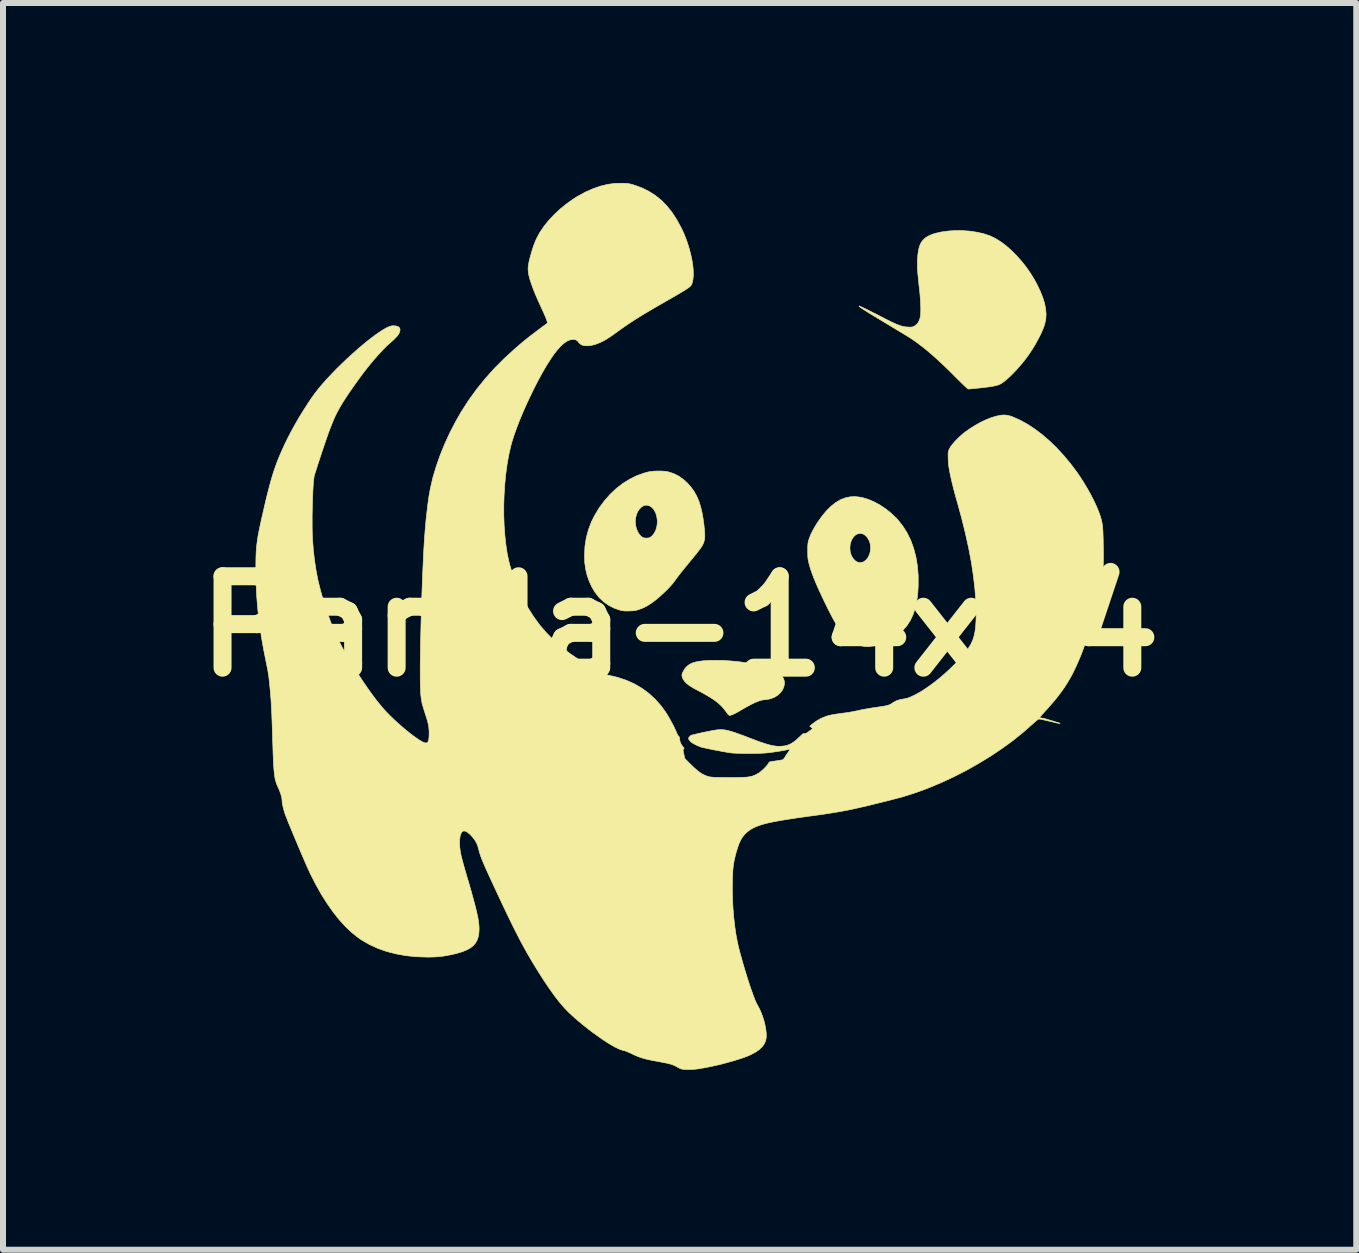
<source format=kicad_pcb>
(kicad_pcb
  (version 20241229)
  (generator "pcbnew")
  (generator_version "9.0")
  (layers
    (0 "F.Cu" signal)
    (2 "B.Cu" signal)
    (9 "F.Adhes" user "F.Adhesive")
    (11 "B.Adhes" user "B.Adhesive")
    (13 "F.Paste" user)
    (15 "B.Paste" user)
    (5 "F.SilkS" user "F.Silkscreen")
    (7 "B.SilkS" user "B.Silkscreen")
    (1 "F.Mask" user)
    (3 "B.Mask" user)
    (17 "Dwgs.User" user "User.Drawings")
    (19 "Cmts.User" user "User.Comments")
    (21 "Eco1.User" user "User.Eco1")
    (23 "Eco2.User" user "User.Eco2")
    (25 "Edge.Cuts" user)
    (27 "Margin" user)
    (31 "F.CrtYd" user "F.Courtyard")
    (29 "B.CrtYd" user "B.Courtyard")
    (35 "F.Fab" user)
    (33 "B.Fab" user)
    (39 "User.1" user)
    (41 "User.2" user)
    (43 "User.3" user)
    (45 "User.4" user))
  (footprint "Panda-14x14"
    (layer "F.Cu")
    (at 8.28 7.392)
    (property "Reference" "Panda-14x14" (at 0 0 0) (layer "F.SilkS") (effects (font (size 1.524 1.524) (thickness 0.3))))
    (attr through_hole)
    (fp_poly (pts (xy 0.717 0.569) (xy 0.836 0.576) (xy 0.954 0.586) (xy 1.068 0.601) (xy 1.177 0.619) (xy 1.28 0.64) (xy 1.376 0.664) (xy 1.463 0.691) (xy 1.54 0.72) (xy 1.606 0.752) (xy 1.66 0.785) (xy 1.699 0.819) (xy 1.706 0.827) (xy 1.733 0.871) (xy 1.747 0.918) (xy 1.747 0.966) (xy 1.736 1.015) (xy 1.714 1.062) (xy 1.681 1.106) (xy 1.64 1.145) (xy 1.59 1.178) (xy 1.532 1.202) (xy 1.494 1.213) (xy 1.463 1.218) (xy 1.433 1.222) (xy 1.414 1.224) (xy 1.373 1.229) (xy 1.321 1.245) (xy 1.258 1.27) (xy 1.184 1.306) (xy 1.1 1.352) (xy 1.017 1.4) (xy 0.959 1.434) (xy 0.911 1.459) (xy 0.873 1.475) (xy 0.843 1.484) (xy 0.83 1.485) (xy 0.822 1.48) (xy 0.809 1.466) (xy 0.801 1.457) (xy 0.785 1.437) (xy 0.764 1.409) (xy 0.742 1.38) (xy 0.737 1.374) (xy 0.697 1.328) (xy 0.647 1.282) (xy 0.587 1.235) (xy 0.514 1.187) (xy 0.429 1.136) (xy 0.343 1.089) (xy 0.281 1.057) (xy 0.231 1.029) (xy 0.191 1.005) (xy 0.158 0.984) (xy 0.132 0.964) (xy 0.109 0.944) (xy 0.094 0.929) (xy 0.061 0.886) (xy 0.043 0.843) (xy 0.039 0.812) (xy 0.043 0.79) (xy 0.056 0.76) (xy 0.074 0.728) (xy 0.096 0.697) (xy 0.107 0.683) (xy 0.138 0.654) (xy 0.175 0.629) (xy 0.218 0.609) (xy 0.271 0.594) (xy 0.332 0.582) (xy 0.405 0.574) (xy 0.491 0.569) (xy 0.59 0.567) (xy 0.597 0.567) (xy 0.717 0.569)) (stroke (width 0.01) (type solid)) (fill yes) (layer "F.SilkS"))
    (fp_poly (pts (xy 3.019 -2.152) (xy 3.04 -2.148) (xy 3.139 -2.119) (xy 3.24 -2.077) (xy 3.341 -2.022) (xy 3.438 -1.957) (xy 3.531 -1.883) (xy 3.616 -1.801) (xy 3.639 -1.776) (xy 3.722 -1.671) (xy 3.794 -1.556) (xy 3.855 -1.431) (xy 3.903 -1.297) (xy 3.94 -1.155) (xy 3.965 -1.004) (xy 3.978 -0.845) (xy 3.978 -0.679) (xy 3.971 -0.557) (xy 3.955 -0.426) (xy 3.929 -0.306) (xy 3.893 -0.198) (xy 3.847 -0.099) (xy 3.79 -0.011) (xy 3.722 0.067) (xy 3.643 0.136) (xy 3.594 0.171) (xy 3.503 0.226) (xy 3.413 0.27) (xy 3.324 0.304) (xy 3.239 0.326) (xy 3.158 0.336) (xy 3.084 0.334) (xy 3.046 0.328) (xy 2.996 0.312) (xy 2.939 0.285) (xy 2.881 0.251) (xy 2.823 0.212) (xy 2.77 0.169) (xy 2.724 0.126) (xy 2.718 0.118) (xy 2.683 0.075) (xy 2.646 0.022) (xy 2.606 -0.043) (xy 2.562 -0.12) (xy 2.515 -0.21) (xy 2.471 -0.296) (xy 2.41 -0.421) (xy 2.357 -0.534) (xy 2.31 -0.635) (xy 2.27 -0.727) (xy 2.236 -0.81) (xy 2.208 -0.885) (xy 2.184 -0.954) (xy 2.165 -1.017) (xy 2.161 -1.033) (xy 2.152 -1.069) (xy 2.145 -1.099) (xy 2.141 -1.126) (xy 2.138 -1.155) (xy 2.137 -1.189) (xy 2.136 -1.233) (xy 2.136 -1.258) (xy 2.136 -1.303) (xy 2.839 -1.303) (xy 2.844 -1.247) (xy 2.858 -1.193) (xy 2.867 -1.174) (xy 2.895 -1.127) (xy 2.929 -1.092) (xy 2.967 -1.07) (xy 3.007 -1.062) (xy 3.048 -1.068) (xy 3.075 -1.08) (xy 3.113 -1.11) (xy 3.144 -1.151) (xy 3.167 -1.201) (xy 3.181 -1.256) (xy 3.185 -1.313) (xy 3.179 -1.371) (xy 3.162 -1.426) (xy 3.16 -1.43) (xy 3.131 -1.479) (xy 3.097 -1.516) (xy 3.059 -1.54) (xy 3.018 -1.549) (xy 2.979 -1.545) (xy 2.939 -1.528) (xy 2.905 -1.498) (xy 2.877 -1.458) (xy 2.856 -1.411) (xy 2.843 -1.358) (xy 2.839 -1.303) (xy 2.136 -1.303) (xy 2.136 -1.307) (xy 2.137 -1.344) (xy 2.139 -1.372) (xy 2.142 -1.395) (xy 2.146 -1.416) (xy 2.153 -1.439) (xy 2.158 -1.455) (xy 2.183 -1.521) (xy 2.215 -1.588) (xy 2.255 -1.659) (xy 2.296 -1.726) (xy 2.371 -1.833) (xy 2.446 -1.924) (xy 2.522 -2) (xy 2.6 -2.062) (xy 2.679 -2.109) (xy 2.76 -2.141) (xy 2.844 -2.159) (xy 2.93 -2.163) (xy 3.019 -2.152)) (stroke (width 0.01) (type solid)) (fill yes) (layer "F.SilkS"))
    (fp_poly (pts (xy -0.306 -2.589) (xy -0.25 -2.585) (xy -0.203 -2.579) (xy -0.191 -2.576) (xy -0.1 -2.547) (xy -0.016 -2.505) (xy 0.063 -2.449) (xy 0.129 -2.39) (xy 0.189 -2.322) (xy 0.241 -2.25) (xy 0.285 -2.171) (xy 0.322 -2.085) (xy 0.352 -1.988) (xy 0.377 -1.88) (xy 0.392 -1.793) (xy 0.405 -1.698) (xy 0.414 -1.618) (xy 0.419 -1.551) (xy 0.42 -1.499) (xy 0.417 -1.46) (xy 0.416 -1.454) (xy 0.411 -1.429) (xy 0.404 -1.405) (xy 0.396 -1.383) (xy 0.385 -1.359) (xy 0.37 -1.334) (xy 0.35 -1.304) (xy 0.325 -1.269) (xy 0.293 -1.228) (xy 0.253 -1.179) (xy 0.205 -1.12) (xy 0.174 -1.082) (xy 0.118 -1.014) (xy 0.071 -0.956) (xy 0.03 -0.906) (xy -0.004 -0.862) (xy -0.035 -0.822) (xy -0.063 -0.784) (xy -0.09 -0.747) (xy -0.102 -0.731) (xy -0.124 -0.703) (xy -0.156 -0.667) (xy -0.195 -0.626) (xy -0.239 -0.582) (xy -0.286 -0.538) (xy -0.332 -0.496) (xy -0.377 -0.458) (xy -0.416 -0.426) (xy -0.422 -0.422) (xy -0.483 -0.378) (xy -0.538 -0.343) (xy -0.591 -0.315) (xy -0.646 -0.292) (xy -0.671 -0.284) (xy -0.705 -0.273) (xy -0.733 -0.265) (xy -0.762 -0.261) (xy -0.797 -0.258) (xy -0.839 -0.257) (xy -0.886 -0.256) (xy -0.922 -0.257) (xy -0.953 -0.261) (xy -0.982 -0.267) (xy -0.991 -0.269) (xy -1.093 -0.304) (xy -1.186 -0.352) (xy -1.27 -0.412) (xy -1.346 -0.485) (xy -1.411 -0.57) (xy -1.461 -0.652) (xy -1.507 -0.752) (xy -1.542 -0.851) (xy -1.566 -0.952) (xy -1.581 -1.06) (xy -1.585 -1.176) (xy -1.585 -1.185) (xy -1.578 -1.332) (xy -1.556 -1.475) (xy -1.519 -1.612) (xy -1.468 -1.746) (xy -1.467 -1.748) (xy -0.739 -1.748) (xy -0.734 -1.69) (xy -0.721 -1.634) (xy -0.701 -1.582) (xy -0.675 -1.538) (xy -0.645 -1.503) (xy -0.612 -1.48) (xy -0.608 -1.479) (xy -0.581 -1.472) (xy -0.548 -1.471) (xy -0.516 -1.474) (xy -0.494 -1.481) (xy -0.457 -1.509) (xy -0.425 -1.549) (xy -0.399 -1.598) (xy -0.381 -1.655) (xy -0.372 -1.716) (xy -0.372 -1.77) (xy -0.382 -1.838) (xy -0.401 -1.897) (xy -0.429 -1.946) (xy -0.464 -1.985) (xy -0.506 -2.01) (xy -0.526 -2.017) (xy -0.565 -2.021) (xy -0.603 -2.01) (xy -0.638 -1.987) (xy -0.67 -1.955) (xy -0.698 -1.913) (xy -0.719 -1.864) (xy -0.733 -1.81) (xy -0.739 -1.752) (xy -0.739 -1.748) (xy -1.467 -1.748) (xy -1.418 -1.846) (xy -1.341 -1.974) (xy -1.254 -2.092) (xy -1.159 -2.2) (xy -1.056 -2.297) (xy -0.947 -2.382) (xy -0.831 -2.454) (xy -0.711 -2.513) (xy -0.586 -2.557) (xy -0.531 -2.572) (xy -0.484 -2.581) (xy -0.428 -2.587) (xy -0.367 -2.589) (xy -0.306 -2.589)) (stroke (width 0.01) (type solid)) (fill yes) (layer "F.SilkS"))
    (fp_poly (pts (xy 4.724 -6.597) (xy 4.843 -6.588) (xy 4.959 -6.57) (xy 5.068 -6.546) (xy 5.167 -6.513) (xy 5.18 -6.508) (xy 5.265 -6.467) (xy 5.353 -6.412) (xy 5.442 -6.346) (xy 5.53 -6.268) (xy 5.617 -6.181) (xy 5.701 -6.087) (xy 5.781 -5.986) (xy 5.854 -5.88) (xy 5.921 -5.77) (xy 5.96 -5.697) (xy 6.014 -5.584) (xy 6.056 -5.478) (xy 6.086 -5.38) (xy 6.103 -5.289) (xy 6.11 -5.203) (xy 6.105 -5.12) (xy 6.088 -5.042) (xy 6.081 -5.018) (xy 6.055 -4.949) (xy 6.02 -4.87) (xy 5.977 -4.787) (xy 5.93 -4.701) (xy 5.878 -4.615) (xy 5.823 -4.534) (xy 5.805 -4.507) (xy 5.752 -4.437) (xy 5.695 -4.367) (xy 5.636 -4.299) (xy 5.577 -4.235) (xy 5.519 -4.177) (xy 5.464 -4.126) (xy 5.412 -4.083) (xy 5.367 -4.051) (xy 5.343 -4.038) (xy 5.313 -4.025) (xy 5.274 -4.014) (xy 5.224 -4.003) (xy 5.162 -3.993) (xy 5.086 -3.983) (xy 5.013 -3.975) (xy 4.96 -3.97) (xy 4.912 -3.965) (xy 4.871 -3.961) (xy 4.839 -3.958) (xy 4.819 -3.957) (xy 4.812 -3.956) (xy 4.804 -3.962) (xy 4.786 -3.977) (xy 4.759 -4.001) (xy 4.725 -4.033) (xy 4.685 -4.072) (xy 4.639 -4.117) (xy 4.59 -4.166) (xy 4.58 -4.177) (xy 4.47 -4.286) (xy 4.368 -4.384) (xy 4.272 -4.472) (xy 4.181 -4.552) (xy 4.094 -4.625) (xy 4.009 -4.691) (xy 3.925 -4.754) (xy 3.899 -4.772) (xy 3.878 -4.786) (xy 3.846 -4.807) (xy 3.804 -4.833) (xy 3.753 -4.864) (xy 3.696 -4.899) (xy 3.633 -4.937) (xy 3.567 -4.977) (xy 3.499 -5.018) (xy 3.494 -5.021) (xy 3.39 -5.084) (xy 3.298 -5.139) (xy 3.219 -5.187) (xy 3.152 -5.228) (xy 3.097 -5.263) (xy 3.054 -5.29) (xy 3.022 -5.312) (xy 3.001 -5.327) (xy 2.991 -5.336) (xy 2.991 -5.339) (xy 2.998 -5.339) (xy 3.011 -5.334) (xy 3.032 -5.325) (xy 3.062 -5.311) (xy 3.101 -5.292) (xy 3.151 -5.268) (xy 3.211 -5.237) (xy 3.284 -5.201) (xy 3.369 -5.157) (xy 3.379 -5.152) (xy 3.456 -5.112) (xy 3.521 -5.08) (xy 3.576 -5.054) (xy 3.623 -5.033) (xy 3.664 -5.018) (xy 3.7 -5.006) (xy 3.733 -4.998) (xy 3.764 -4.993) (xy 3.797 -4.99) (xy 3.803 -4.99) (xy 3.839 -4.988) (xy 3.864 -4.989) (xy 3.883 -4.992) (xy 3.9 -4.998) (xy 3.907 -5.001) (xy 3.945 -5.027) (xy 3.975 -5.061) (xy 3.998 -5.106) (xy 4.011 -5.149) (xy 4.017 -5.184) (xy 4.02 -5.233) (xy 4.021 -5.292) (xy 4.019 -5.361) (xy 4.015 -5.438) (xy 4.009 -5.52) (xy 4.001 -5.605) (xy 4 -5.615) (xy 3.99 -5.699) (xy 3.983 -5.77) (xy 3.977 -5.829) (xy 3.972 -5.879) (xy 3.969 -5.922) (xy 3.966 -5.96) (xy 3.965 -5.994) (xy 3.965 -6.027) (xy 3.965 -6.061) (xy 3.966 -6.097) (xy 3.966 -6.103) (xy 3.972 -6.194) (xy 3.983 -6.272) (xy 4 -6.339) (xy 4.025 -6.394) (xy 4.058 -6.44) (xy 4.101 -6.479) (xy 4.153 -6.51) (xy 4.216 -6.537) (xy 4.268 -6.553) (xy 4.372 -6.576) (xy 4.485 -6.591) (xy 4.603 -6.598) (xy 4.724 -6.597)) (stroke (width 0.01) (type solid)) (fill yes) (layer "F.SilkS"))
    (fp_poly (pts (xy -0.908 -7.385) (xy -0.872 -7.383) (xy -0.842 -7.379) (xy -0.813 -7.372) (xy -0.779 -7.363) (xy -0.75 -7.354) (xy -0.626 -7.309) (xy -0.51 -7.251) (xy -0.403 -7.183) (xy -0.303 -7.102) (xy -0.211 -7.008) (xy -0.126 -6.901) (xy -0.048 -6.781) (xy 0.018 -6.661) (xy 0.048 -6.6) (xy 0.073 -6.546) (xy 0.094 -6.493) (xy 0.116 -6.436) (xy 0.131 -6.392) (xy 0.162 -6.293) (xy 0.187 -6.196) (xy 0.207 -6.101) (xy 0.221 -6.011) (xy 0.228 -5.927) (xy 0.229 -5.851) (xy 0.223 -5.784) (xy 0.211 -5.728) (xy 0.2 -5.699) (xy 0.194 -5.689) (xy 0.187 -5.679) (xy 0.176 -5.668) (xy 0.162 -5.655) (xy 0.142 -5.641) (xy 0.117 -5.623) (xy 0.084 -5.602) (xy 0.043 -5.578) (xy -0.006 -5.548) (xy -0.066 -5.513) (xy -0.137 -5.472) (xy -0.22 -5.425) (xy -0.246 -5.409) (xy -0.354 -5.348) (xy -0.449 -5.292) (xy -0.534 -5.242) (xy -0.611 -5.196) (xy -0.681 -5.153) (xy -0.745 -5.113) (xy -0.806 -5.073) (xy -0.865 -5.034) (xy -0.924 -4.993) (xy -0.985 -4.95) (xy -1.048 -4.905) (xy -1.051 -4.903) (xy -1.108 -4.862) (xy -1.156 -4.828) (xy -1.196 -4.802) (xy -1.232 -4.78) (xy -1.265 -4.761) (xy -1.298 -4.745) (xy -1.329 -4.73) (xy -1.398 -4.703) (xy -1.461 -4.686) (xy -1.52 -4.678) (xy -1.547 -4.677) (xy -1.6 -4.681) (xy -1.642 -4.696) (xy -1.673 -4.722) (xy -1.681 -4.732) (xy -1.706 -4.762) (xy -1.736 -4.778) (xy -1.773 -4.783) (xy -1.778 -4.783) (xy -1.824 -4.777) (xy -1.872 -4.757) (xy -1.923 -4.723) (xy -1.976 -4.677) (xy -2.032 -4.616) (xy -2.091 -4.542) (xy -2.152 -4.453) (xy -2.217 -4.351) (xy -2.285 -4.234) (xy -2.357 -4.102) (xy -2.432 -3.956) (xy -2.47 -3.878) (xy -2.543 -3.724) (xy -2.609 -3.576) (xy -2.669 -3.432) (xy -2.721 -3.296) (xy -2.766 -3.169) (xy -2.802 -3.052) (xy -2.817 -2.994) (xy -2.85 -2.848) (xy -2.877 -2.693) (xy -2.899 -2.53) (xy -2.915 -2.362) (xy -2.926 -2.191) (xy -2.931 -2.019) (xy -2.931 -1.848) (xy -2.925 -1.679) (xy -2.913 -1.516) (xy -2.896 -1.36) (xy -2.874 -1.213) (xy -2.845 -1.077) (xy -2.829 -1.016) (xy -2.799 -0.917) (xy -2.761 -0.811) (xy -2.717 -0.699) (xy -2.669 -0.587) (xy -2.617 -0.477) (xy -2.564 -0.374) (xy -2.524 -0.303) (xy -2.432 -0.159) (xy -2.333 -0.023) (xy -2.223 0.105) (xy -2.104 0.226) (xy -1.973 0.342) (xy -1.829 0.453) (xy -1.672 0.56) (xy -1.539 0.643) (xy -1.48 0.677) (xy -1.42 0.71) (xy -1.361 0.74) (xy -1.306 0.767) (xy -1.257 0.789) (xy -1.217 0.805) (xy -1.186 0.815) (xy -1.181 0.816) (xy -1.029 0.852) (xy -0.886 0.9) (xy -0.752 0.96) (xy -0.628 1.033) (xy -0.513 1.118) (xy -0.407 1.215) (xy -0.309 1.325) (xy -0.232 1.432) (xy -0.202 1.479) (xy -0.169 1.535) (xy -0.136 1.596) (xy -0.103 1.657) (xy -0.075 1.715) (xy -0.052 1.766) (xy -0.046 1.781) (xy -0.035 1.806) (xy -0.022 1.826) (xy -0.014 1.834) (xy -0.004 1.846) (xy -0.000128 1.868) (xy 0.000169 1.878) (xy 0.007 1.921) (xy 0.025 1.964) (xy 0.051 2.002) (xy 0.056 2.007) (xy 0.07 2.023) (xy 0.075 2.032) (xy 0.071 2.041) (xy 0.067 2.046) (xy 0.061 2.054) (xy 0.058 2.063) (xy 0.059 2.076) (xy 0.063 2.098) (xy 0.07 2.131) (xy 0.071 2.133) (xy 0.088 2.205) (xy 0.181 2.298) (xy 0.242 2.357) (xy 0.297 2.405) (xy 0.347 2.442) (xy 0.393 2.47) (xy 0.417 2.481) (xy 0.44 2.491) (xy 0.462 2.499) (xy 0.484 2.506) (xy 0.509 2.511) (xy 0.539 2.514) (xy 0.574 2.517) (xy 0.618 2.519) (xy 0.671 2.52) (xy 0.735 2.52) (xy 0.813 2.521) (xy 0.831 2.521) (xy 0.915 2.52) (xy 0.984 2.52) (xy 1.042 2.518) (xy 1.09 2.516) (xy 1.13 2.513) (xy 1.163 2.508) (xy 1.192 2.502) (xy 1.219 2.495) (xy 1.244 2.485) (xy 1.271 2.473) (xy 1.284 2.466) (xy 1.319 2.447) (xy 1.351 2.423) (xy 1.387 2.392) (xy 1.408 2.372) (xy 1.435 2.344) (xy 1.459 2.317) (xy 1.476 2.295) (xy 1.484 2.281) (xy 1.49 2.27) (xy 1.497 2.263) (xy 1.509 2.258) (xy 1.529 2.254) (xy 1.561 2.249) (xy 1.565 2.249) (xy 1.603 2.244) (xy 1.643 2.238) (xy 1.676 2.233) (xy 1.683 2.231) (xy 1.708 2.227) (xy 1.724 2.221) (xy 1.736 2.21) (xy 1.749 2.192) (xy 1.759 2.176) (xy 1.779 2.144) (xy 1.802 2.11) (xy 1.818 2.088) (xy 1.834 2.065) (xy 1.839 2.052) (xy 1.832 2.048) (xy 1.813 2.052) (xy 1.801 2.055) (xy 1.777 2.061) (xy 1.741 2.068) (xy 1.696 2.076) (xy 1.645 2.084) (xy 1.592 2.092) (xy 1.539 2.1) (xy 1.49 2.106) (xy 1.455 2.11) (xy 1.413 2.113) (xy 1.359 2.116) (xy 1.297 2.118) (xy 1.229 2.119) (xy 1.159 2.119) (xy 1.088 2.119) (xy 1.021 2.118) (xy 0.96 2.116) (xy 0.907 2.114) (xy 0.866 2.111) (xy 0.858 2.11) (xy 0.827 2.105) (xy 0.785 2.099) (xy 0.736 2.09) (xy 0.681 2.08) (xy 0.623 2.069) (xy 0.564 2.058) (xy 0.508 2.046) (xy 0.457 2.036) (xy 0.412 2.026) (xy 0.378 2.018) (xy 0.356 2.012) (xy 0.355 2.012) (xy 0.322 1.999) (xy 0.285 1.983) (xy 0.249 1.965) (xy 0.217 1.947) (xy 0.195 1.932) (xy 0.191 1.929) (xy 0.173 1.91) (xy 0.158 1.891) (xy 0.15 1.876) (xy 0.15 1.865) (xy 0.158 1.848) (xy 0.159 1.848) (xy 0.174 1.83) (xy 0.192 1.817) (xy 0.192 1.817) (xy 0.212 1.811) (xy 0.244 1.803) (xy 0.286 1.793) (xy 0.334 1.782) (xy 0.387 1.77) (xy 0.441 1.759) (xy 0.494 1.749) (xy 0.542 1.739) (xy 0.584 1.732) (xy 0.616 1.727) (xy 0.631 1.725) (xy 0.668 1.723) (xy 0.702 1.723) (xy 0.737 1.725) (xy 0.773 1.73) (xy 0.812 1.739) (xy 0.857 1.751) (xy 0.908 1.767) (xy 0.968 1.788) (xy 1.038 1.813) (xy 1.12 1.844) (xy 1.144 1.854) (xy 1.238 1.889) (xy 1.319 1.92) (xy 1.39 1.944) (xy 1.452 1.964) (xy 1.506 1.979) (xy 1.553 1.989) (xy 1.596 1.996) (xy 1.636 2) (xy 1.675 2) (xy 1.696 1.999) (xy 1.753 1.993) (xy 1.805 1.98) (xy 1.854 1.958) (xy 1.904 1.927) (xy 1.956 1.885) (xy 2.006 1.838) (xy 2.034 1.811) (xy 2.056 1.793) (xy 2.07 1.785) (xy 2.074 1.785) (xy 2.08 1.791) (xy 2.09 1.792) (xy 2.106 1.785) (xy 2.129 1.771) (xy 2.159 1.75) (xy 2.219 1.706) (xy 2.194 1.685) (xy 2.17 1.665) (xy 2.203 1.636) (xy 2.277 1.581) (xy 2.36 1.534) (xy 2.446 1.499) (xy 2.49 1.486) (xy 2.518 1.48) (xy 2.557 1.472) (xy 2.604 1.464) (xy 2.655 1.457) (xy 2.698 1.451) (xy 2.753 1.444) (xy 2.796 1.438) (xy 2.832 1.432) (xy 2.864 1.427) (xy 2.897 1.421) (xy 2.934 1.413) (xy 2.979 1.404) (xy 3.021 1.394) (xy 3.063 1.386) (xy 3.117 1.376) (xy 3.176 1.366) (xy 3.237 1.356) (xy 3.294 1.348) (xy 3.294 1.348) (xy 3.357 1.339) (xy 3.406 1.331) (xy 3.446 1.323) (xy 3.477 1.315) (xy 3.502 1.306) (xy 3.524 1.295) (xy 3.545 1.281) (xy 3.557 1.273) (xy 3.612 1.242) (xy 3.676 1.221) (xy 3.723 1.213) (xy 3.765 1.206) (xy 3.807 1.195) (xy 3.853 1.177) (xy 3.906 1.152) (xy 3.931 1.14) (xy 4.022 1.089) (xy 4.119 1.026) (xy 4.219 0.954) (xy 4.32 0.875) (xy 4.42 0.79) (xy 4.517 0.701) (xy 4.609 0.61) (xy 4.692 0.52) (xy 4.766 0.432) (xy 4.789 0.402) (xy 4.828 0.345) (xy 4.861 0.288) (xy 4.888 0.228) (xy 4.909 0.163) (xy 4.924 0.092) (xy 4.935 0.013) (xy 4.941 -0.076) (xy 4.944 -0.178) (xy 4.944 -0.223) (xy 4.939 -0.42) (xy 4.923 -0.626) (xy 4.898 -0.842) (xy 4.864 -1.069) (xy 4.819 -1.306) (xy 4.764 -1.554) (xy 4.7 -1.813) (xy 4.635 -2.051) (xy 4.599 -2.177) (xy 4.569 -2.29) (xy 4.544 -2.391) (xy 4.523 -2.481) (xy 4.506 -2.562) (xy 4.493 -2.634) (xy 4.484 -2.699) (xy 4.479 -2.758) (xy 4.477 -2.813) (xy 4.477 -2.813) (xy 4.477 -2.855) (xy 4.477 -2.884) (xy 4.479 -2.906) (xy 4.483 -2.924) (xy 4.49 -2.941) (xy 4.5 -2.962) (xy 4.501 -2.965) (xy 4.522 -3) (xy 4.554 -3.041) (xy 4.593 -3.086) (xy 4.639 -3.133) (xy 4.688 -3.179) (xy 4.738 -3.222) (xy 4.755 -3.235) (xy 4.841 -3.296) (xy 4.93 -3.352) (xy 5.02 -3.402) (xy 5.11 -3.445) (xy 5.197 -3.479) (xy 5.279 -3.504) (xy 5.354 -3.519) (xy 5.384 -3.522) (xy 5.423 -3.523) (xy 5.463 -3.518) (xy 5.507 -3.508) (xy 5.556 -3.491) (xy 5.613 -3.466) (xy 5.677 -3.437) (xy 5.798 -3.371) (xy 5.921 -3.29) (xy 6.044 -3.197) (xy 6.166 -3.092) (xy 6.286 -2.976) (xy 6.402 -2.85) (xy 6.514 -2.716) (xy 6.621 -2.574) (xy 6.679 -2.49) (xy 6.74 -2.394) (xy 6.799 -2.295) (xy 6.855 -2.195) (xy 6.905 -2.097) (xy 6.949 -2.004) (xy 6.985 -1.917) (xy 7.011 -1.845) (xy 7.023 -1.808) (xy 7.032 -1.773) (xy 7.04 -1.74) (xy 7.046 -1.705) (xy 7.051 -1.667) (xy 7.055 -1.624) (xy 7.058 -1.574) (xy 7.06 -1.516) (xy 7.062 -1.446) (xy 7.063 -1.364) (xy 7.064 -1.328) (xy 7.065 -1.217) (xy 7.065 -1.119) (xy 7.063 -1.032) (xy 7.061 -0.951) (xy 7.057 -0.876) (xy 7.051 -0.802) (xy 7.044 -0.728) (xy 7.035 -0.651) (xy 7.034 -0.643) (xy 7.029 -0.598) (xy 7.023 -0.56) (xy 7.018 -0.526) (xy 7.012 -0.494) (xy 7.004 -0.46) (xy 6.995 -0.424) (xy 6.982 -0.382) (xy 6.967 -0.332) (xy 6.948 -0.272) (xy 6.932 -0.219) (xy 6.88 -0.057) (xy 6.831 0.092) (xy 6.784 0.228) (xy 6.739 0.353) (xy 6.696 0.468) (xy 6.652 0.573) (xy 6.609 0.671) (xy 6.565 0.762) (xy 6.52 0.847) (xy 6.473 0.928) (xy 6.424 1.006) (xy 6.371 1.082) (xy 6.315 1.157) (xy 6.255 1.232) (xy 6.189 1.309) (xy 6.118 1.389) (xy 6.098 1.411) (xy 6.062 1.451) (xy 6.035 1.48) (xy 6.017 1.501) (xy 6.007 1.515) (xy 6.003 1.523) (xy 6.004 1.527) (xy 6.01 1.527) (xy 6.014 1.527) (xy 6.031 1.527) (xy 6.059 1.532) (xy 6.099 1.542) (xy 6.153 1.558) (xy 6.181 1.566) (xy 6.234 1.582) (xy 6.274 1.595) (xy 6.303 1.604) (xy 6.323 1.61) (xy 6.335 1.614) (xy 6.341 1.617) (xy 6.343 1.618) (xy 6.342 1.62) (xy 6.341 1.62) (xy 6.333 1.62) (xy 6.312 1.616) (xy 6.283 1.61) (xy 6.247 1.602) (xy 6.242 1.6) (xy 6.163 1.581) (xy 6.098 1.566) (xy 6.048 1.555) (xy 6.013 1.548) (xy 5.993 1.546) (xy 5.991 1.545) (xy 5.977 1.551) (xy 5.954 1.568) (xy 5.921 1.596) (xy 5.883 1.63) (xy 5.725 1.769) (xy 5.555 1.906) (xy 5.372 2.039) (xy 5.18 2.167) (xy 4.98 2.289) (xy 4.774 2.405) (xy 4.564 2.512) (xy 4.352 2.61) (xy 4.139 2.699) (xy 3.928 2.776) (xy 3.726 2.84) (xy 3.68 2.853) (xy 3.621 2.868) (xy 3.553 2.886) (xy 3.477 2.906) (xy 3.396 2.926) (xy 3.312 2.947) (xy 3.229 2.967) (xy 3.149 2.987) (xy 3.073 3.005) (xy 3.006 3.02) (xy 3.002 3.021) (xy 2.932 3.037) (xy 2.867 3.051) (xy 2.804 3.064) (xy 2.741 3.076) (xy 2.677 3.088) (xy 2.609 3.099) (xy 2.536 3.111) (xy 2.456 3.124) (xy 2.367 3.137) (xy 2.268 3.151) (xy 2.155 3.166) (xy 2.094 3.175) (xy 1.955 3.194) (xy 1.831 3.213) (xy 1.72 3.231) (xy 1.621 3.248) (xy 1.534 3.265) (xy 1.457 3.282) (xy 1.389 3.3) (xy 1.33 3.319) (xy 1.278 3.338) (xy 1.233 3.359) (xy 1.193 3.381) (xy 1.157 3.405) (xy 1.124 3.431) (xy 1.111 3.443) (xy 1.075 3.48) (xy 1.044 3.52) (xy 1.017 3.566) (xy 0.992 3.62) (xy 0.969 3.684) (xy 0.946 3.759) (xy 0.932 3.81) (xy 0.919 3.864) (xy 0.908 3.914) (xy 0.9 3.962) (xy 0.893 4.012) (xy 0.888 4.066) (xy 0.885 4.127) (xy 0.882 4.198) (xy 0.88 4.276) (xy 0.879 4.416) (xy 0.883 4.56) (xy 0.891 4.707) (xy 0.903 4.853) (xy 0.919 4.994) (xy 0.938 5.128) (xy 0.961 5.25) (xy 0.965 5.272) (xy 0.982 5.347) (xy 1.004 5.432) (xy 1.03 5.526) (xy 1.058 5.626) (xy 1.088 5.728) (xy 1.119 5.829) (xy 1.15 5.927) (xy 1.18 6.018) (xy 1.201 6.077) (xy 1.222 6.135) (xy 1.239 6.182) (xy 1.253 6.219) (xy 1.266 6.249) (xy 1.277 6.274) (xy 1.289 6.298) (xy 1.302 6.322) (xy 1.315 6.345) (xy 1.347 6.409) (xy 1.376 6.482) (xy 1.402 6.559) (xy 1.422 6.638) (xy 1.437 6.715) (xy 1.445 6.787) (xy 1.445 6.849) (xy 1.445 6.851) (xy 1.435 6.908) (xy 1.412 6.961) (xy 1.376 7.011) (xy 1.327 7.057) (xy 1.264 7.1) (xy 1.185 7.142) (xy 1.181 7.144) (xy 1.125 7.168) (xy 1.055 7.194) (xy 0.975 7.22) (xy 0.887 7.247) (xy 0.793 7.273) (xy 0.696 7.299) (xy 0.598 7.322) (xy 0.501 7.343) (xy 0.408 7.361) (xy 0.321 7.376) (xy 0.315 7.377) (xy 0.266 7.383) (xy 0.214 7.386) (xy 0.161 7.388) (xy 0.112 7.388) (xy 0.069 7.386) (xy 0.035 7.381) (xy 0.021 7.377) (xy -0.002 7.367) (xy -0.03 7.353) (xy -0.052 7.34) (xy -0.077 7.326) (xy -0.105 7.314) (xy -0.139 7.302) (xy -0.179 7.291) (xy -0.229 7.28) (xy -0.29 7.268) (xy -0.365 7.254) (xy -0.366 7.254) (xy -0.451 7.238) (xy -0.524 7.223) (xy -0.588 7.207) (xy -0.645 7.19) (xy -0.699 7.17) (xy -0.753 7.147) (xy -0.794 7.127) (xy -0.843 7.105) (xy -0.885 7.087) (xy -0.918 7.075) (xy -0.94 7.07) (xy -0.976 7.06) (xy -1.023 7.041) (xy -1.078 7.014) (xy -1.141 6.978) (xy -1.21 6.936) (xy -1.283 6.888) (xy -1.36 6.834) (xy -1.44 6.777) (xy -1.52 6.716) (xy -1.6 6.653) (xy -1.678 6.588) (xy -1.754 6.523) (xy -1.825 6.458) (xy -1.851 6.434) (xy -1.921 6.361) (xy -1.996 6.274) (xy -2.076 6.172) (xy -2.16 6.055) (xy -2.249 5.924) (xy -2.343 5.778) (xy -2.422 5.65) (xy -2.468 5.574) (xy -2.511 5.5) (xy -2.552 5.429) (xy -2.592 5.357) (xy -2.632 5.283) (xy -2.673 5.207) (xy -2.714 5.126) (xy -2.758 5.04) (xy -2.804 4.946) (xy -2.854 4.844) (xy -2.908 4.731) (xy -2.967 4.607) (xy -3.012 4.51) (xy -3.066 4.395) (xy -3.114 4.292) (xy -3.156 4.201) (xy -3.193 4.121) (xy -3.225 4.051) (xy -3.252 3.989) (xy -3.274 3.937) (xy -3.293 3.891) (xy -3.309 3.851) (xy -3.321 3.816) (xy -3.331 3.786) (xy -3.339 3.759) (xy -3.345 3.734) (xy -3.348 3.721) (xy -3.371 3.643) (xy -3.408 3.571) (xy -3.459 3.505) (xy -3.49 3.473) (xy -3.527 3.441) (xy -3.557 3.421) (xy -3.583 3.412) (xy -3.606 3.413) (xy -3.609 3.414) (xy -3.63 3.429) (xy -3.646 3.458) (xy -3.659 3.498) (xy -3.666 3.547) (xy -3.669 3.605) (xy -3.666 3.67) (xy -3.665 3.683) (xy -3.661 3.715) (xy -3.656 3.748) (xy -3.65 3.781) (xy -3.643 3.818) (xy -3.633 3.86) (xy -3.62 3.909) (xy -3.605 3.966) (xy -3.586 4.033) (xy -3.563 4.112) (xy -3.545 4.175) (xy -3.507 4.303) (xy -3.474 4.418) (xy -3.446 4.521) (xy -3.421 4.612) (xy -3.4 4.693) (xy -3.383 4.764) (xy -3.369 4.828) (xy -3.358 4.884) (xy -3.351 4.934) (xy -3.346 4.978) (xy -3.343 5.019) (xy -3.343 5.057) (xy -3.345 5.093) (xy -3.347 5.121) (xy -3.359 5.184) (xy -3.379 5.239) (xy -3.408 5.287) (xy -3.446 5.329) (xy -3.496 5.367) (xy -3.558 5.399) (xy -3.632 5.428) (xy -3.72 5.454) (xy -3.798 5.472) (xy -3.875 5.488) (xy -3.945 5.499) (xy -4.014 5.507) (xy -4.086 5.512) (xy -4.166 5.514) (xy -4.218 5.514) (xy -4.396 5.508) (xy -4.568 5.49) (xy -4.732 5.46) (xy -4.889 5.419) (xy -5.036 5.367) (xy -5.174 5.303) (xy -5.302 5.229) (xy -5.357 5.191) (xy -5.464 5.106) (xy -5.569 5.007) (xy -5.673 4.893) (xy -5.775 4.765) (xy -5.874 4.624) (xy -5.972 4.47) (xy -6.066 4.303) (xy -6.151 4.136) (xy -6.168 4.101) (xy -6.189 4.053) (xy -6.215 3.997) (xy -6.243 3.932) (xy -6.274 3.86) (xy -6.307 3.784) (xy -6.341 3.704) (xy -6.375 3.623) (xy -6.409 3.543) (xy -6.442 3.464) (xy -6.473 3.389) (xy -6.502 3.319) (xy -6.528 3.256) (xy -6.549 3.201) (xy -6.567 3.157) (xy -6.579 3.124) (xy -6.581 3.117) (xy -6.595 3.071) (xy -6.608 3.022) (xy -6.618 2.976) (xy -6.625 2.936) (xy -6.627 2.908) (xy -6.632 2.86) (xy -6.647 2.802) (xy -6.67 2.737) (xy -6.692 2.688) (xy -6.705 2.659) (xy -6.717 2.63) (xy -6.727 2.602) (xy -6.736 2.571) (xy -6.744 2.538) (xy -6.75 2.501) (xy -6.756 2.458) (xy -6.761 2.409) (xy -6.766 2.352) (xy -6.77 2.287) (xy -6.773 2.211) (xy -6.777 2.123) (xy -6.78 2.023) (xy -6.784 1.91) (xy -6.785 1.878) (xy -6.788 1.755) (xy -6.792 1.645) (xy -6.796 1.548) (xy -6.799 1.46) (xy -6.803 1.38) (xy -6.807 1.307) (xy -6.811 1.238) (xy -6.816 1.173) (xy -6.821 1.108) (xy -6.827 1.042) (xy -6.828 1.035) (xy -6.834 0.97) (xy -6.84 0.916) (xy -6.845 0.87) (xy -6.85 0.828) (xy -6.857 0.787) (xy -6.864 0.743) (xy -6.873 0.695) (xy -6.885 0.637) (xy -6.897 0.577) (xy -6.936 0.38) (xy -6.969 0.194) (xy -6.996 0.017) (xy -7.018 -0.154) (xy -7.036 -0.321) (xy -7.049 -0.487) (xy -7.058 -0.655) (xy -7.063 -0.828) (xy -7.063 -0.858) (xy -7.064 -0.965) (xy -7.064 -1.059) (xy -7.063 -1.144) (xy -7.06 -1.223) (xy -7.055 -1.296) (xy -7.048 -1.368) (xy -7.038 -1.441) (xy -7.026 -1.518) (xy -7.01 -1.6) (xy -6.991 -1.691) (xy -6.969 -1.793) (xy -6.957 -1.843) (xy -6.925 -1.983) (xy -6.896 -2.109) (xy -6.868 -2.222) (xy -6.841 -2.326) (xy -6.815 -2.42) (xy -6.79 -2.507) (xy -6.764 -2.589) (xy -6.737 -2.666) (xy -6.71 -2.741) (xy -6.681 -2.815) (xy -6.649 -2.889) (xy -6.615 -2.966) (xy -6.583 -3.036) (xy -6.531 -3.142) (xy -6.472 -3.255) (xy -6.408 -3.371) (xy -6.34 -3.488) (xy -6.27 -3.602) (xy -6.2 -3.711) (xy -6.133 -3.811) (xy -6.081 -3.883) (xy -6.022 -3.959) (xy -5.955 -4.039) (xy -5.88 -4.123) (xy -5.799 -4.209) (xy -5.714 -4.297) (xy -5.625 -4.384) (xy -5.534 -4.47) (xy -5.442 -4.554) (xy -5.351 -4.635) (xy -5.261 -4.71) (xy -5.175 -4.78) (xy -5.092 -4.843) (xy -5.016 -4.897) (xy -4.946 -4.943) (xy -4.884 -4.978) (xy -4.871 -4.984) (xy -4.836 -4.999) (xy -4.807 -5.008) (xy -4.779 -5.011) (xy -4.77 -5.011) (xy -4.723 -5.007) (xy -4.689 -4.995) (xy -4.668 -4.975) (xy -4.66 -4.947) (xy -4.665 -4.915) (xy -4.678 -4.882) (xy -4.701 -4.848) (xy -4.734 -4.811) (xy -4.778 -4.768) (xy -4.814 -4.737) (xy -4.879 -4.679) (xy -4.949 -4.608) (xy -5.025 -4.526) (xy -5.105 -4.434) (xy -5.188 -4.334) (xy -5.272 -4.226) (xy -5.357 -4.111) (xy -5.442 -3.992) (xy -5.515 -3.887) (xy -5.556 -3.825) (xy -5.593 -3.767) (xy -5.628 -3.713) (xy -5.659 -3.66) (xy -5.688 -3.608) (xy -5.716 -3.555) (xy -5.743 -3.501) (xy -5.769 -3.442) (xy -5.795 -3.379) (xy -5.822 -3.31) (xy -5.851 -3.234) (xy -5.881 -3.149) (xy -5.913 -3.055) (xy -5.949 -2.949) (xy -5.988 -2.831) (xy -6.018 -2.74) (xy -6.036 -2.685) (xy -6.052 -2.633) (xy -6.067 -2.587) (xy -6.079 -2.55) (xy -6.087 -2.522) (xy -6.091 -2.507) (xy -6.092 -2.505) (xy -6.097 -2.469) (xy -6.103 -2.419) (xy -6.108 -2.358) (xy -6.112 -2.286) (xy -6.116 -2.207) (xy -6.12 -2.122) (xy -6.122 -2.033) (xy -6.124 -1.942) (xy -6.126 -1.851) (xy -6.126 -1.761) (xy -6.126 -1.675) (xy -6.125 -1.594) (xy -6.123 -1.52) (xy -6.12 -1.459) (xy -6.106 -1.272) (xy -6.086 -1.097) (xy -6.06 -0.928) (xy -6.028 -0.763) (xy -5.987 -0.598) (xy -5.938 -0.428) (xy -5.906 -0.327) (xy -5.875 -0.236) (xy -5.844 -0.146) (xy -5.812 -0.061) (xy -5.782 0.018) (xy -5.754 0.086) (xy -5.738 0.123) (xy -5.691 0.223) (xy -5.635 0.331) (xy -5.572 0.445) (xy -5.503 0.565) (xy -5.429 0.686) (xy -5.352 0.807) (xy -5.273 0.927) (xy -5.194 1.042) (xy -5.116 1.15) (xy -5.04 1.25) (xy -4.968 1.338) (xy -4.934 1.378) (xy -4.882 1.434) (xy -4.825 1.492) (xy -4.763 1.552) (xy -4.698 1.612) (xy -4.631 1.671) (xy -4.565 1.727) (xy -4.5 1.779) (xy -4.438 1.827) (xy -4.38 1.868) (xy -4.329 1.902) (xy -4.286 1.926) (xy -4.255 1.94) (xy -4.23 1.945) (xy -4.21 1.941) (xy -4.195 1.926) (xy -4.184 1.898) (xy -4.178 1.858) (xy -4.176 1.804) (xy -4.176 1.79) (xy -4.176 1.745) (xy -4.179 1.705) (xy -4.183 1.667) (xy -4.191 1.628) (xy -4.201 1.584) (xy -4.216 1.533) (xy -4.236 1.472) (xy -4.246 1.441) (xy -4.264 1.384) (xy -4.279 1.334) (xy -4.292 1.288) (xy -4.301 1.243) (xy -4.308 1.196) (xy -4.314 1.146) (xy -4.318 1.089) (xy -4.32 1.023) (xy -4.323 0.945) (xy -4.323 0.916) (xy -4.324 0.845) (xy -4.324 0.759) (xy -4.324 0.662) (xy -4.323 0.553) (xy -4.321 0.435) (xy -4.319 0.309) (xy -4.316 0.176) (xy -4.313 0.038) (xy -4.309 -0.104) (xy -4.305 -0.247) (xy -4.301 -0.392) (xy -4.296 -0.536) (xy -4.291 -0.678) (xy -4.286 -0.816) (xy -4.28 -0.949) (xy -4.274 -1.075) (xy -4.269 -1.194) (xy -4.263 -1.303) (xy -4.26 -1.351) (xy -4.251 -1.492) (xy -4.24 -1.632) (xy -4.228 -1.767) (xy -4.214 -1.895) (xy -4.2 -2.016) (xy -4.185 -2.126) (xy -4.169 -2.225) (xy -4.156 -2.294) (xy -4.115 -2.474) (xy -4.06 -2.659) (xy -3.994 -2.848) (xy -3.917 -3.038) (xy -3.83 -3.228) (xy -3.733 -3.414) (xy -3.64 -3.577) (xy -3.518 -3.767) (xy -3.385 -3.951) (xy -3.241 -4.129) (xy -3.085 -4.303) (xy -2.915 -4.473) (xy -2.732 -4.64) (xy -2.591 -4.76) (xy -2.563 -4.782) (xy -2.529 -4.809) (xy -2.489 -4.841) (xy -2.445 -4.874) (xy -2.4 -4.908) (xy -2.356 -4.942) (xy -2.314 -4.973) (xy -2.277 -5.001) (xy -2.245 -5.024) (xy -2.222 -5.041) (xy -2.21 -5.049) (xy -2.205 -5.056) (xy -2.205 -5.069) (xy -2.21 -5.09) (xy -2.221 -5.12) (xy -2.236 -5.159) (xy -2.258 -5.21) (xy -2.286 -5.272) (xy -2.308 -5.319) (xy -2.361 -5.436) (xy -2.407 -5.541) (xy -2.444 -5.635) (xy -2.474 -5.718) (xy -2.498 -5.792) (xy -2.514 -5.857) (xy -2.523 -5.914) (xy -2.526 -5.964) (xy -2.523 -6.006) (xy -2.513 -6.064) (xy -2.497 -6.133) (xy -2.477 -6.206) (xy -2.455 -6.281) (xy -2.431 -6.353) (xy -2.406 -6.417) (xy -2.387 -6.461) (xy -2.333 -6.562) (xy -2.265 -6.663) (xy -2.185 -6.764) (xy -2.094 -6.861) (xy -1.994 -6.955) (xy -1.887 -7.042) (xy -1.775 -7.122) (xy -1.709 -7.164) (xy -1.576 -7.237) (xy -1.446 -7.295) (xy -1.32 -7.339) (xy -1.195 -7.369) (xy -1.071 -7.385) (xy -0.955 -7.387) (xy -0.908 -7.385)) (stroke (width 0.01) (type solid)) (fill yes) (layer "F.SilkS")))
  (gr_rect
    (start -3 -3)
    (end 19.561 17.785)
    (stroke (width 0.1) (type default))
    (fill no)
    (layer "Edge.Cuts")))
</source>
